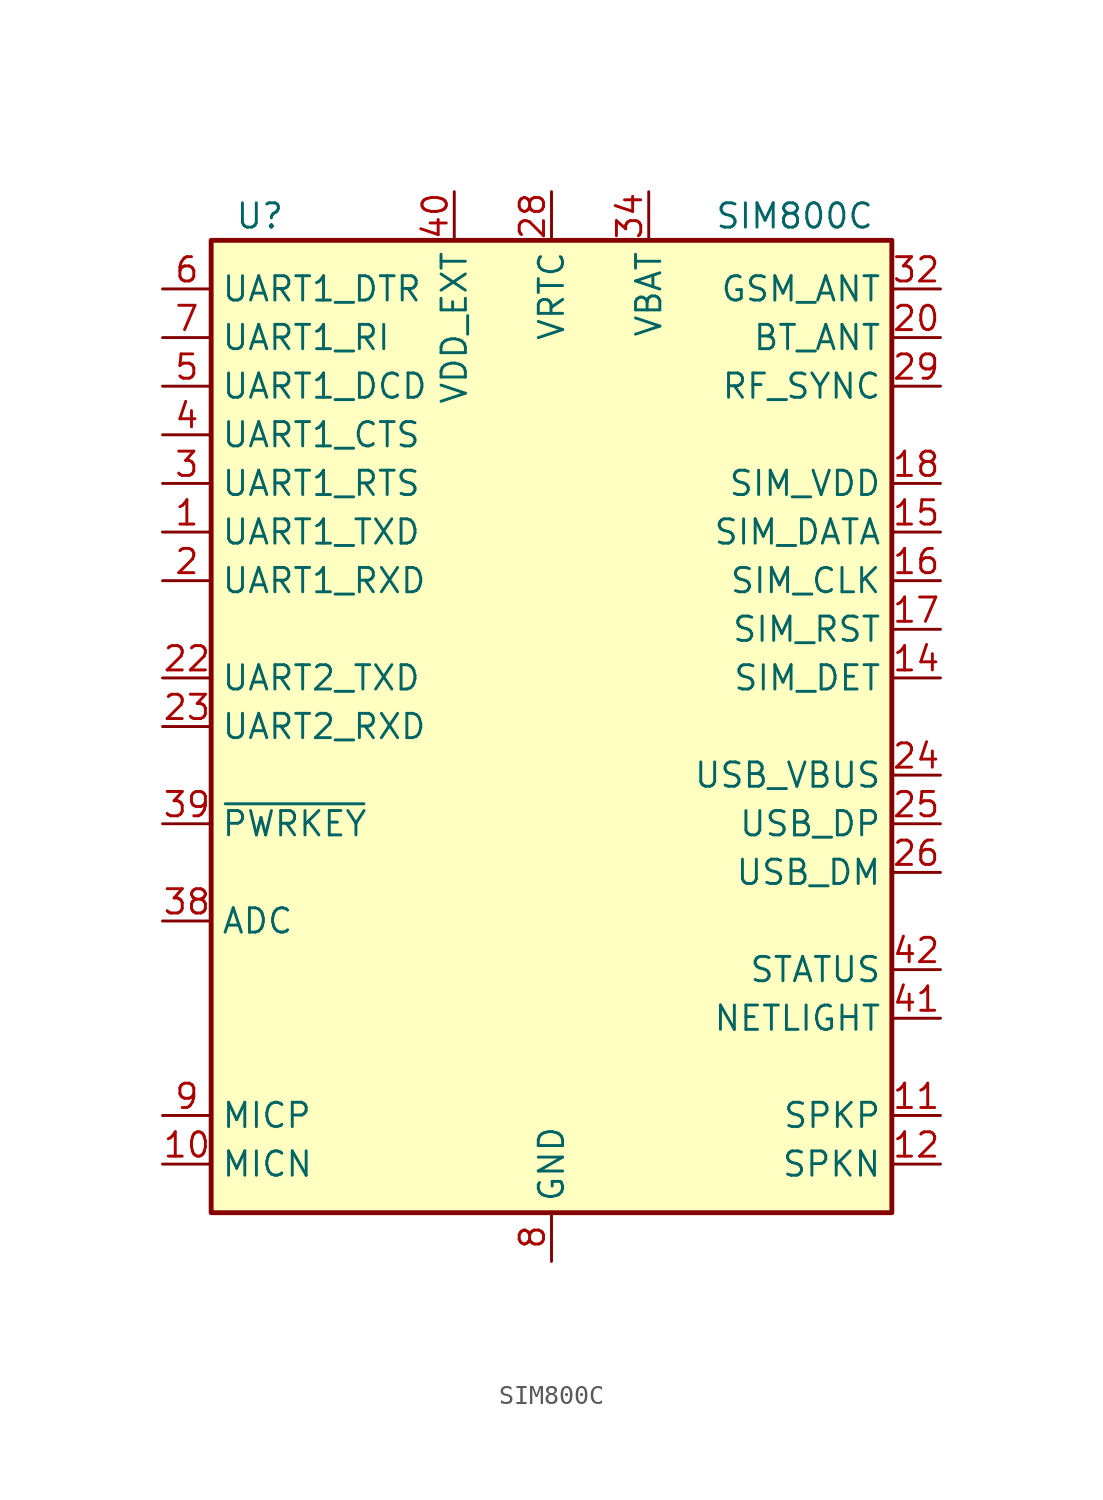
<source format=kicad_sym>
(kicad_symbol_lib
  (version 20211014)
  (generator kicad_symbol_editor)
  (symbol "SIM800C"
    (property "Reference" "U"
      (at -15.24 26.67 0)
      (effects (font (size 1.27 1.27))))
    (property "Value" "SIM800C"
      (at 12.7 26.67 0)
      (effects (font (size 1.27 1.27))))
    (symbol "SIM800C_0_1"
      (rectangle (start -17.78 25.4) (end 17.78 -25.4) (stroke (width 0.254) (type default) (color 0 0 0 0)) (fill (type background))))
    (symbol "SIM800C_1_1"
      (pin output line (at -20.32 10.16 0) (length 2.54) (name "UART1_TXD" (effects (font (size 1.27 1.27)))) (number "1" (effects (font (size 1.27 1.27)))))
      (pin input line (at -20.32 -22.86 0) (length 2.54) (name "MICN" (effects (font (size 1.27 1.27)))) (number "10" (effects (font (size 1.27 1.27)))))
      (pin output line (at 20.32 -20.32 180) (length 2.54) (name "SPKP" (effects (font (size 1.27 1.27)))) (number "11" (effects (font (size 1.27 1.27)))))
      (pin output line (at 20.32 -22.86 180) (length 2.54) (name "SPKN" (effects (font (size 1.27 1.27)))) (number "12" (effects (font (size 1.27 1.27)))))
      (pin passive line (at 0 -27.94 90) (length 2.54) hide (name "GND" (effects (font (size 1.27 1.27)))) (number "13" (effects (font (size 1.27 1.27)))))
      (pin input line (at 20.32 2.54 180) (length 2.54) (name "SIM_DET" (effects (font (size 1.27 1.27)))) (number "14" (effects (font (size 1.27 1.27)))))
      (pin bidirectional line (at 20.32 10.16 180) (length 2.54) (name "SIM_DATA" (effects (font (size 1.27 1.27)))) (number "15" (effects (font (size 1.27 1.27)))))
      (pin output line (at 20.32 7.62 180) (length 2.54) (name "SIM_CLK" (effects (font (size 1.27 1.27)))) (number "16" (effects (font (size 1.27 1.27)))))
      (pin output line (at 20.32 5.08 180) (length 2.54) (name "SIM_RST" (effects (font (size 1.27 1.27)))) (number "17" (effects (font (size 1.27 1.27)))))
      (pin power_out line (at 20.32 12.7 180) (length 2.54) (name "SIM_VDD" (effects (font (size 1.27 1.27)))) (number "18" (effects (font (size 1.27 1.27)))))
      (pin passive line (at 0 -27.94 90) (length 2.54) hide (name "GND" (effects (font (size 1.27 1.27)))) (number "19" (effects (font (size 1.27 1.27)))))
      (pin input line (at -20.32 7.62 0) (length 2.54) (name "UART1_RXD" (effects (font (size 1.27 1.27)))) (number "2" (effects (font (size 1.27 1.27)))))
      (pin passive line (at 20.32 20.32 180) (length 2.54) (name "BT_ANT" (effects (font (size 1.27 1.27)))) (number "20" (effects (font (size 1.27 1.27)))))
      (pin passive line (at 0 -27.94 90) (length 2.54) hide (name "GND" (effects (font (size 1.27 1.27)))) (number "21" (effects (font (size 1.27 1.27)))))
      (pin output line (at -20.32 2.54 0) (length 2.54) (name "UART2_TXD" (effects (font (size 1.27 1.27)))) (number "22" (effects (font (size 1.27 1.27)))))
      (pin input line (at -20.32 0 0) (length 2.54) (name "UART2_RXD" (effects (font (size 1.27 1.27)))) (number "23" (effects (font (size 1.27 1.27)))))
      (pin input line (at 20.32 -2.54 180) (length 2.54) (name "USB_VBUS" (effects (font (size 1.27 1.27)))) (number "24" (effects (font (size 1.27 1.27)))))
      (pin bidirectional line (at 20.32 -5.08 180) (length 2.54) (name "USB_DP" (effects (font (size 1.27 1.27)))) (number "25" (effects (font (size 1.27 1.27)))))
      (pin bidirectional line (at 20.32 -7.62 180) (length 2.54) (name "USB_DM" (effects (font (size 1.27 1.27)))) (number "26" (effects (font (size 1.27 1.27)))))
      (pin passive line (at 0 -27.94 90) (length 2.54) hide (name "GND" (effects (font (size 1.27 1.27)))) (number "27" (effects (font (size 1.27 1.27)))))
      (pin power_in line (at 0 27.94 270) (length 2.54) (name "VRTC" (effects (font (size 1.27 1.27)))) (number "28" (effects (font (size 1.27 1.27)))))
      (pin output line (at 20.32 17.78 180) (length 2.54) (name "RF_SYNC" (effects (font (size 1.27 1.27)))) (number "29" (effects (font (size 1.27 1.27)))))
      (pin input line (at -20.32 12.7 0) (length 2.54) (name "UART1_RTS" (effects (font (size 1.27 1.27)))) (number "3" (effects (font (size 1.27 1.27)))))
      (pin passive line (at 0 -27.94 90) (length 2.54) hide (name "GND" (effects (font (size 1.27 1.27)))) (number "30" (effects (font (size 1.27 1.27)))))
      (pin passive line (at 0 -27.94 90) (length 2.54) hide (name "GND" (effects (font (size 1.27 1.27)))) (number "31" (effects (font (size 1.27 1.27)))))
      (pin passive line (at 20.32 22.86 180) (length 2.54) (name "GSM_ANT" (effects (font (size 1.27 1.27)))) (number "32" (effects (font (size 1.27 1.27)))))
      (pin passive line (at 0 -27.94 90) (length 2.54) hide (name "GND" (effects (font (size 1.27 1.27)))) (number "33" (effects (font (size 1.27 1.27)))))
      (pin power_in line (at 5.08 27.94 270) (length 2.54) (name "VBAT" (effects (font (size 1.27 1.27)))) (number "34" (effects (font (size 1.27 1.27)))))
      (pin passive line (at 5.08 27.94 270) (length 2.54) hide (name "VBAT" (effects (font (size 1.27 1.27)))) (number "35" (effects (font (size 1.27 1.27)))))
      (pin passive line (at 0 -27.94 90) (length 2.54) hide (name "GND" (effects (font (size 1.27 1.27)))) (number "36" (effects (font (size 1.27 1.27)))))
      (pin passive line (at 0 -27.94 90) (length 2.54) hide (name "GND" (effects (font (size 1.27 1.27)))) (number "37" (effects (font (size 1.27 1.27)))))
      (pin input line (at -20.32 -10.16 0) (length 2.54) (name "ADC" (effects (font (size 1.27 1.27)))) (number "38" (effects (font (size 1.27 1.27)))))
      (pin input line (at -20.32 -5.08 0) (length 2.54) (name "~{PWRKEY}" (effects (font (size 1.27 1.27)))) (number "39" (effects (font (size 1.27 1.27)))))
      (pin output line (at -20.32 15.24 0) (length 2.54) (name "UART1_CTS" (effects (font (size 1.27 1.27)))) (number "4" (effects (font (size 1.27 1.27)))))
      (pin power_out line (at -5.08 27.94 270) (length 2.54) (name "VDD_EXT" (effects (font (size 1.27 1.27)))) (number "40" (effects (font (size 1.27 1.27)))))
      (pin output line (at 20.32 -15.24 180) (length 2.54) (name "NETLIGHT" (effects (font (size 1.27 1.27)))) (number "41" (effects (font (size 1.27 1.27)))))
      (pin output line (at 20.32 -12.7 180) (length 2.54) (name "STATUS" (effects (font (size 1.27 1.27)))) (number "42" (effects (font (size 1.27 1.27)))))
      (pin output line (at -20.32 17.78 0) (length 2.54) (name "UART1_DCD" (effects (font (size 1.27 1.27)))) (number "5" (effects (font (size 1.27 1.27)))))
      (pin input line (at -20.32 22.86 0) (length 2.54) (name "UART1_DTR" (effects (font (size 1.27 1.27)))) (number "6" (effects (font (size 1.27 1.27)))))
      (pin output line (at -20.32 20.32 0) (length 2.54) (name "UART1_RI" (effects (font (size 1.27 1.27)))) (number "7" (effects (font (size 1.27 1.27)))))
      (pin power_in line (at 0 -27.94 90) (length 2.54) (name "GND" (effects (font (size 1.27 1.27)))) (number "8" (effects (font (size 1.27 1.27)))))
      (pin input line (at -20.32 -20.32 0) (length 2.54) (name "MICP" (effects (font (size 1.27 1.27)))) (number "9" (effects (font (size 1.27 1.27))))))))
</source>
